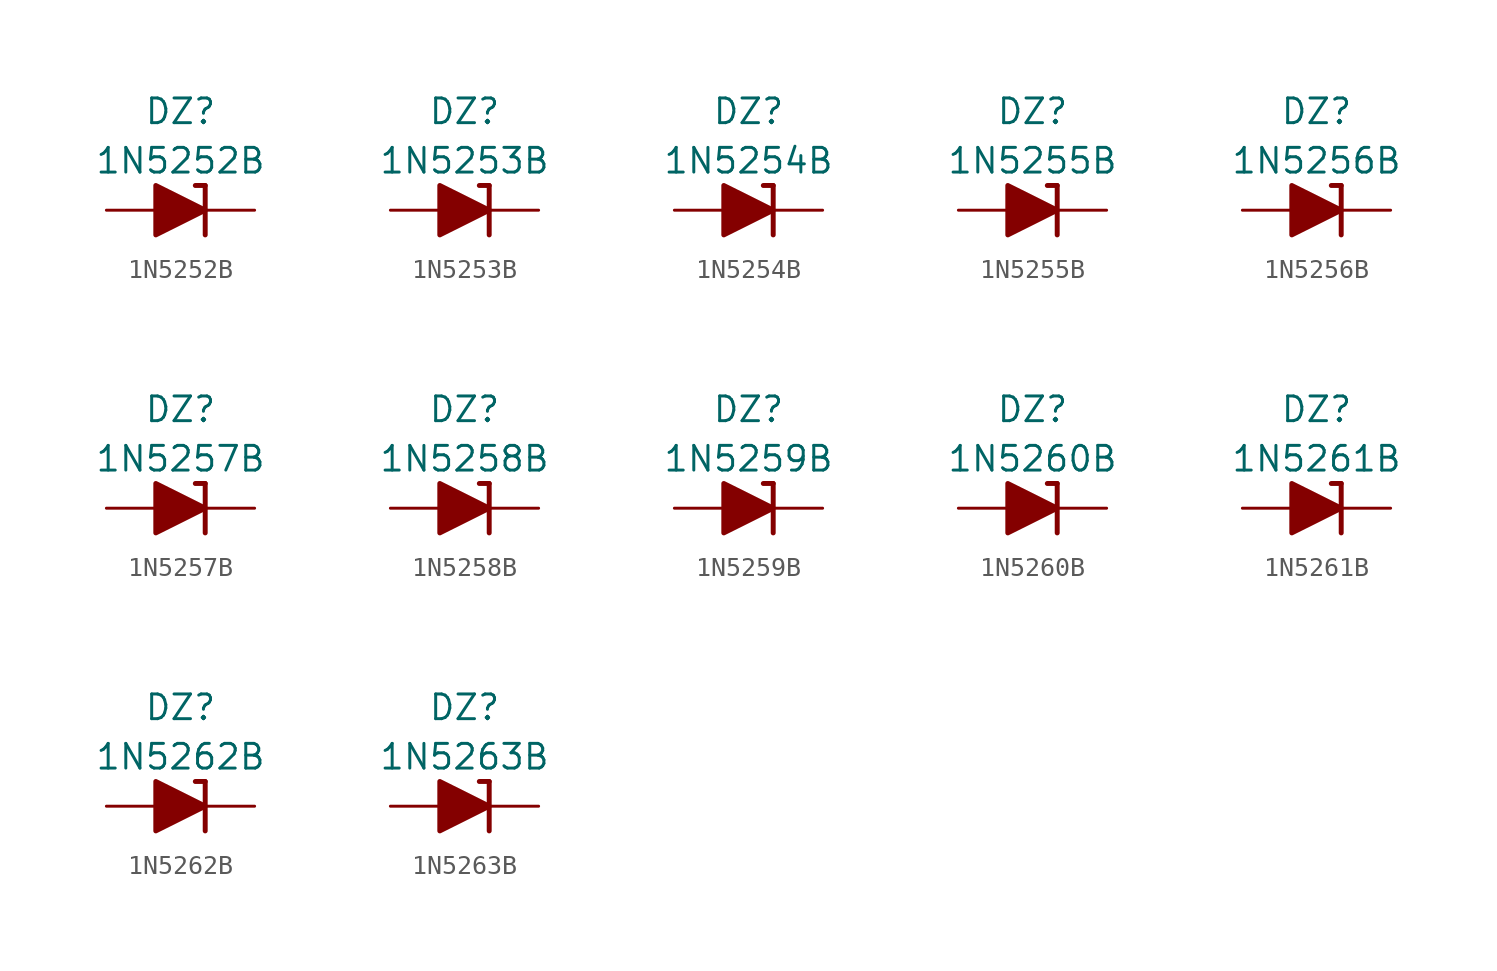
<source format=kicad_sym>
(kicad_symbol_lib
  (version 20201005)
  (generator kicad_symbol_editor)
  (symbol "Diode_Zener_AKL:1N5252B"
    (pin_numbers hide)
    (pin_names
      (offset 1.016) hide)
    (property "Reference" "DZ"
      (at 0 5.08 0)
      (effects (font (size 1.27 1.27))))
    (property "Value" "1N5252B"
      (at 0 2.54 0)
      (effects (font (size 1.27 1.27))))
    (symbol "1N5252B_0_1"
      (polyline (pts (xy -1.27 0) (xy 1.27 0)) (stroke (width 0)) (fill (type none)))
      (polyline (pts (xy 1.27 1.27) (xy 0.762 1.27)) (stroke (width 0.254)) (fill (type none)))
      (polyline (pts (xy 1.27 1.27) (xy 1.27 -1.27)) (stroke (width 0.254)) (fill (type none)))
      (polyline (pts (xy -1.27 -1.27) (xy -1.27 1.27) (xy 1.27 0) (xy -1.27 -1.27)) (stroke (width 0.254)) (fill (type outline))))
    (symbol "1N5252B_1_1"
      (pin passive line (at 3.81 0 180) (length 2.54) (name "K" (effects (font (size 1.27 1.27)))) (number "1" (effects (font (size 1.27 1.27)))))
      (pin passive line (at -3.81 0 0) (length 2.54) (name "A" (effects (font (size 1.27 1.27)))) (number "2" (effects (font (size 1.27 1.27)))))))
  (symbol "Diode_Zener_AKL:1N5253B"
    (pin_numbers hide)
    (pin_names
      (offset 1.016) hide)
    (property "Reference" "DZ"
      (at 0 5.08 0)
      (effects (font (size 1.27 1.27))))
    (property "Value" "1N5253B"
      (at 0 2.54 0)
      (effects (font (size 1.27 1.27))))
    (symbol "1N5253B_0_1"
      (polyline (pts (xy -1.27 0) (xy 1.27 0)) (stroke (width 0)) (fill (type none)))
      (polyline (pts (xy 1.27 1.27) (xy 0.762 1.27)) (stroke (width 0.254)) (fill (type none)))
      (polyline (pts (xy 1.27 1.27) (xy 1.27 -1.27)) (stroke (width 0.254)) (fill (type none)))
      (polyline (pts (xy -1.27 -1.27) (xy -1.27 1.27) (xy 1.27 0) (xy -1.27 -1.27)) (stroke (width 0.254)) (fill (type outline))))
    (symbol "1N5253B_1_1"
      (pin passive line (at 3.81 0 180) (length 2.54) (name "K" (effects (font (size 1.27 1.27)))) (number "1" (effects (font (size 1.27 1.27)))))
      (pin passive line (at -3.81 0 0) (length 2.54) (name "A" (effects (font (size 1.27 1.27)))) (number "2" (effects (font (size 1.27 1.27)))))))
  (symbol "Diode_Zener_AKL:1N5254B"
    (pin_numbers hide)
    (pin_names
      (offset 1.016) hide)
    (property "Reference" "DZ"
      (at 0 5.08 0)
      (effects (font (size 1.27 1.27))))
    (property "Value" "1N5254B"
      (at 0 2.54 0)
      (effects (font (size 1.27 1.27))))
    (symbol "1N5254B_0_1"
      (polyline (pts (xy -1.27 0) (xy 1.27 0)) (stroke (width 0)) (fill (type none)))
      (polyline (pts (xy 1.27 1.27) (xy 0.762 1.27)) (stroke (width 0.254)) (fill (type none)))
      (polyline (pts (xy 1.27 1.27) (xy 1.27 -1.27)) (stroke (width 0.254)) (fill (type none)))
      (polyline (pts (xy -1.27 -1.27) (xy -1.27 1.27) (xy 1.27 0) (xy -1.27 -1.27)) (stroke (width 0.254)) (fill (type outline))))
    (symbol "1N5254B_1_1"
      (pin passive line (at 3.81 0 180) (length 2.54) (name "K" (effects (font (size 1.27 1.27)))) (number "1" (effects (font (size 1.27 1.27)))))
      (pin passive line (at -3.81 0 0) (length 2.54) (name "A" (effects (font (size 1.27 1.27)))) (number "2" (effects (font (size 1.27 1.27)))))))
  (symbol "Diode_Zener_AKL:1N5255B"
    (pin_numbers hide)
    (pin_names
      (offset 1.016) hide)
    (property "Reference" "DZ"
      (at 0 5.08 0)
      (effects (font (size 1.27 1.27))))
    (property "Value" "1N5255B"
      (at 0 2.54 0)
      (effects (font (size 1.27 1.27))))
    (symbol "1N5255B_0_1"
      (polyline (pts (xy -1.27 0) (xy 1.27 0)) (stroke (width 0)) (fill (type none)))
      (polyline (pts (xy 1.27 1.27) (xy 0.762 1.27)) (stroke (width 0.254)) (fill (type none)))
      (polyline (pts (xy 1.27 1.27) (xy 1.27 -1.27)) (stroke (width 0.254)) (fill (type none)))
      (polyline (pts (xy -1.27 -1.27) (xy -1.27 1.27) (xy 1.27 0) (xy -1.27 -1.27)) (stroke (width 0.254)) (fill (type outline))))
    (symbol "1N5255B_1_1"
      (pin passive line (at 3.81 0 180) (length 2.54) (name "K" (effects (font (size 1.27 1.27)))) (number "1" (effects (font (size 1.27 1.27)))))
      (pin passive line (at -3.81 0 0) (length 2.54) (name "A" (effects (font (size 1.27 1.27)))) (number "2" (effects (font (size 1.27 1.27)))))))
  (symbol "Diode_Zener_AKL:1N5256B"
    (pin_numbers hide)
    (pin_names
      (offset 1.016) hide)
    (property "Reference" "DZ"
      (at 0 5.08 0)
      (effects (font (size 1.27 1.27))))
    (property "Value" "1N5256B"
      (at 0 2.54 0)
      (effects (font (size 1.27 1.27))))
    (symbol "1N5256B_0_1"
      (polyline (pts (xy -1.27 0) (xy 1.27 0)) (stroke (width 0)) (fill (type none)))
      (polyline (pts (xy 1.27 1.27) (xy 0.762 1.27)) (stroke (width 0.254)) (fill (type none)))
      (polyline (pts (xy 1.27 1.27) (xy 1.27 -1.27)) (stroke (width 0.254)) (fill (type none)))
      (polyline (pts (xy -1.27 -1.27) (xy -1.27 1.27) (xy 1.27 0) (xy -1.27 -1.27)) (stroke (width 0.254)) (fill (type outline))))
    (symbol "1N5256B_1_1"
      (pin passive line (at 3.81 0 180) (length 2.54) (name "K" (effects (font (size 1.27 1.27)))) (number "1" (effects (font (size 1.27 1.27)))))
      (pin passive line (at -3.81 0 0) (length 2.54) (name "A" (effects (font (size 1.27 1.27)))) (number "2" (effects (font (size 1.27 1.27)))))))
  (symbol "Diode_Zener_AKL:1N5257B"
    (pin_numbers hide)
    (pin_names
      (offset 1.016) hide)
    (property "Reference" "DZ"
      (at 0 5.08 0)
      (effects (font (size 1.27 1.27))))
    (property "Value" "1N5257B"
      (at 0 2.54 0)
      (effects (font (size 1.27 1.27))))
    (symbol "1N5257B_0_1"
      (polyline (pts (xy -1.27 0) (xy 1.27 0)) (stroke (width 0)) (fill (type none)))
      (polyline (pts (xy 1.27 1.27) (xy 0.762 1.27)) (stroke (width 0.254)) (fill (type none)))
      (polyline (pts (xy 1.27 1.27) (xy 1.27 -1.27)) (stroke (width 0.254)) (fill (type none)))
      (polyline (pts (xy -1.27 -1.27) (xy -1.27 1.27) (xy 1.27 0) (xy -1.27 -1.27)) (stroke (width 0.254)) (fill (type outline))))
    (symbol "1N5257B_1_1"
      (pin passive line (at 3.81 0 180) (length 2.54) (name "K" (effects (font (size 1.27 1.27)))) (number "1" (effects (font (size 1.27 1.27)))))
      (pin passive line (at -3.81 0 0) (length 2.54) (name "A" (effects (font (size 1.27 1.27)))) (number "2" (effects (font (size 1.27 1.27)))))))
  (symbol "Diode_Zener_AKL:1N5258B"
    (pin_numbers hide)
    (pin_names
      (offset 1.016) hide)
    (property "Reference" "DZ"
      (at 0 5.08 0)
      (effects (font (size 1.27 1.27))))
    (property "Value" "1N5258B"
      (at 0 2.54 0)
      (effects (font (size 1.27 1.27))))
    (symbol "1N5258B_0_1"
      (polyline (pts (xy -1.27 0) (xy 1.27 0)) (stroke (width 0)) (fill (type none)))
      (polyline (pts (xy 1.27 1.27) (xy 0.762 1.27)) (stroke (width 0.254)) (fill (type none)))
      (polyline (pts (xy 1.27 1.27) (xy 1.27 -1.27)) (stroke (width 0.254)) (fill (type none)))
      (polyline (pts (xy -1.27 -1.27) (xy -1.27 1.27) (xy 1.27 0) (xy -1.27 -1.27)) (stroke (width 0.254)) (fill (type outline))))
    (symbol "1N5258B_1_1"
      (pin passive line (at 3.81 0 180) (length 2.54) (name "K" (effects (font (size 1.27 1.27)))) (number "1" (effects (font (size 1.27 1.27)))))
      (pin passive line (at -3.81 0 0) (length 2.54) (name "A" (effects (font (size 1.27 1.27)))) (number "2" (effects (font (size 1.27 1.27)))))))
  (symbol "Diode_Zener_AKL:1N5259B"
    (pin_numbers hide)
    (pin_names
      (offset 1.016) hide)
    (property "Reference" "DZ"
      (at 0 5.08 0)
      (effects (font (size 1.27 1.27))))
    (property "Value" "1N5259B"
      (at 0 2.54 0)
      (effects (font (size 1.27 1.27))))
    (symbol "1N5259B_0_1"
      (polyline (pts (xy -1.27 0) (xy 1.27 0)) (stroke (width 0)) (fill (type none)))
      (polyline (pts (xy 1.27 1.27) (xy 0.762 1.27)) (stroke (width 0.254)) (fill (type none)))
      (polyline (pts (xy 1.27 1.27) (xy 1.27 -1.27)) (stroke (width 0.254)) (fill (type none)))
      (polyline (pts (xy -1.27 -1.27) (xy -1.27 1.27) (xy 1.27 0) (xy -1.27 -1.27)) (stroke (width 0.254)) (fill (type outline))))
    (symbol "1N5259B_1_1"
      (pin passive line (at 3.81 0 180) (length 2.54) (name "K" (effects (font (size 1.27 1.27)))) (number "1" (effects (font (size 1.27 1.27)))))
      (pin passive line (at -3.81 0 0) (length 2.54) (name "A" (effects (font (size 1.27 1.27)))) (number "2" (effects (font (size 1.27 1.27)))))))
  (symbol "Diode_Zener_AKL:1N5260B"
    (pin_numbers hide)
    (pin_names
      (offset 1.016) hide)
    (property "Reference" "DZ"
      (at 0 5.08 0)
      (effects (font (size 1.27 1.27))))
    (property "Value" "1N5260B"
      (at 0 2.54 0)
      (effects (font (size 1.27 1.27))))
    (symbol "1N5260B_0_1"
      (polyline (pts (xy -1.27 0) (xy 1.27 0)) (stroke (width 0)) (fill (type none)))
      (polyline (pts (xy 1.27 1.27) (xy 0.762 1.27)) (stroke (width 0.254)) (fill (type none)))
      (polyline (pts (xy 1.27 1.27) (xy 1.27 -1.27)) (stroke (width 0.254)) (fill (type none)))
      (polyline (pts (xy -1.27 -1.27) (xy -1.27 1.27) (xy 1.27 0) (xy -1.27 -1.27)) (stroke (width 0.254)) (fill (type outline))))
    (symbol "1N5260B_1_1"
      (pin passive line (at 3.81 0 180) (length 2.54) (name "K" (effects (font (size 1.27 1.27)))) (number "1" (effects (font (size 1.27 1.27)))))
      (pin passive line (at -3.81 0 0) (length 2.54) (name "A" (effects (font (size 1.27 1.27)))) (number "2" (effects (font (size 1.27 1.27)))))))
  (symbol "Diode_Zener_AKL:1N5261B"
    (pin_numbers hide)
    (pin_names
      (offset 1.016) hide)
    (property "Reference" "DZ"
      (at 0 5.08 0)
      (effects (font (size 1.27 1.27))))
    (property "Value" "1N5261B"
      (at 0 2.54 0)
      (effects (font (size 1.27 1.27))))
    (symbol "1N5261B_0_1"
      (polyline (pts (xy -1.27 0) (xy 1.27 0)) (stroke (width 0)) (fill (type none)))
      (polyline (pts (xy 1.27 1.27) (xy 0.762 1.27)) (stroke (width 0.254)) (fill (type none)))
      (polyline (pts (xy 1.27 1.27) (xy 1.27 -1.27)) (stroke (width 0.254)) (fill (type none)))
      (polyline (pts (xy -1.27 -1.27) (xy -1.27 1.27) (xy 1.27 0) (xy -1.27 -1.27)) (stroke (width 0.254)) (fill (type outline))))
    (symbol "1N5261B_1_1"
      (pin passive line (at 3.81 0 180) (length 2.54) (name "K" (effects (font (size 1.27 1.27)))) (number "1" (effects (font (size 1.27 1.27)))))
      (pin passive line (at -3.81 0 0) (length 2.54) (name "A" (effects (font (size 1.27 1.27)))) (number "2" (effects (font (size 1.27 1.27)))))))
  (symbol "Diode_Zener_AKL:1N5262B"
    (pin_numbers hide)
    (pin_names
      (offset 1.016) hide)
    (property "Reference" "DZ"
      (at 0 5.08 0)
      (effects (font (size 1.27 1.27))))
    (property "Value" "1N5262B"
      (at 0 2.54 0)
      (effects (font (size 1.27 1.27))))
    (symbol "1N5262B_0_1"
      (polyline (pts (xy -1.27 0) (xy 1.27 0)) (stroke (width 0)) (fill (type none)))
      (polyline (pts (xy 1.27 1.27) (xy 0.762 1.27)) (stroke (width 0.254)) (fill (type none)))
      (polyline (pts (xy 1.27 1.27) (xy 1.27 -1.27)) (stroke (width 0.254)) (fill (type none)))
      (polyline (pts (xy -1.27 -1.27) (xy -1.27 1.27) (xy 1.27 0) (xy -1.27 -1.27)) (stroke (width 0.254)) (fill (type outline))))
    (symbol "1N5262B_1_1"
      (pin passive line (at 3.81 0 180) (length 2.54) (name "K" (effects (font (size 1.27 1.27)))) (number "1" (effects (font (size 1.27 1.27)))))
      (pin passive line (at -3.81 0 0) (length 2.54) (name "A" (effects (font (size 1.27 1.27)))) (number "2" (effects (font (size 1.27 1.27)))))))
  (symbol "Diode_Zener_AKL:1N5263B"
    (pin_numbers hide)
    (pin_names
      (offset 1.016) hide)
    (property "Reference" "DZ"
      (at 0 5.08 0)
      (effects (font (size 1.27 1.27))))
    (property "Value" "1N5263B"
      (at 0 2.54 0)
      (effects (font (size 1.27 1.27))))
    (symbol "1N5263B_0_1"
      (polyline (pts (xy -1.27 0) (xy 1.27 0)) (stroke (width 0)) (fill (type none)))
      (polyline (pts (xy 1.27 1.27) (xy 0.762 1.27)) (stroke (width 0.254)) (fill (type none)))
      (polyline (pts (xy 1.27 1.27) (xy 1.27 -1.27)) (stroke (width 0.254)) (fill (type none)))
      (polyline (pts (xy -1.27 -1.27) (xy -1.27 1.27) (xy 1.27 0) (xy -1.27 -1.27)) (stroke (width 0.254)) (fill (type outline))))
    (symbol "1N5263B_1_1"
      (pin passive line (at 3.81 0 180) (length 2.54) (name "K" (effects (font (size 1.27 1.27)))) (number "1" (effects (font (size 1.27 1.27)))))
      (pin passive line (at -3.81 0 0) (length 2.54) (name "A" (effects (font (size 1.27 1.27)))) (number "2" (effects (font (size 1.27 1.27))))))))
</source>
